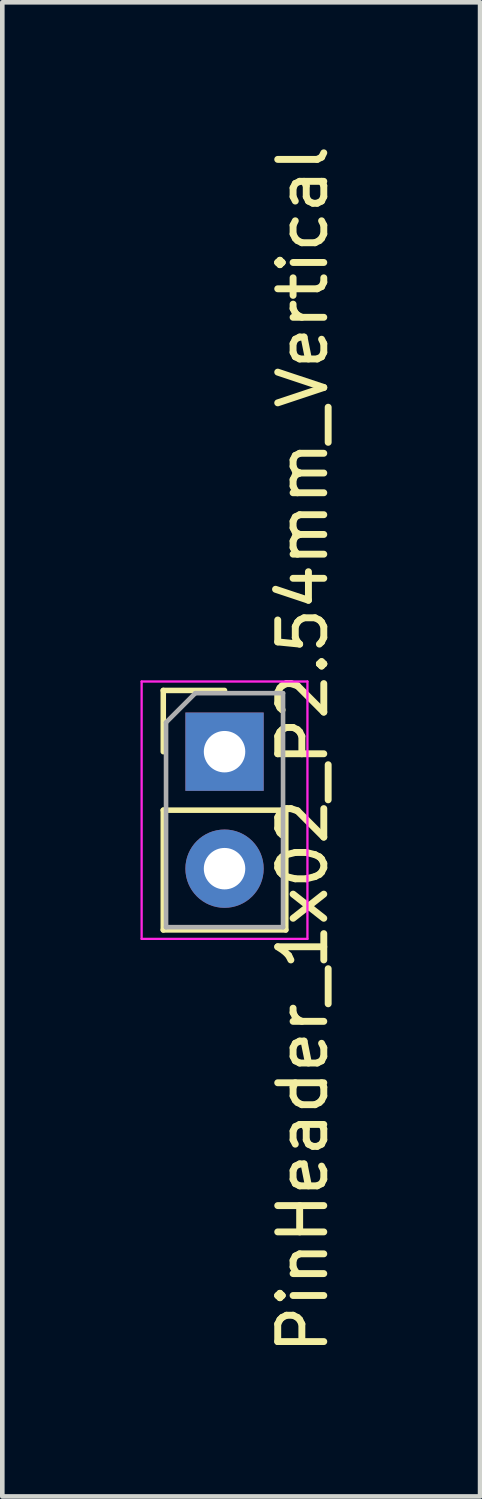
<source format=kicad_pcb>
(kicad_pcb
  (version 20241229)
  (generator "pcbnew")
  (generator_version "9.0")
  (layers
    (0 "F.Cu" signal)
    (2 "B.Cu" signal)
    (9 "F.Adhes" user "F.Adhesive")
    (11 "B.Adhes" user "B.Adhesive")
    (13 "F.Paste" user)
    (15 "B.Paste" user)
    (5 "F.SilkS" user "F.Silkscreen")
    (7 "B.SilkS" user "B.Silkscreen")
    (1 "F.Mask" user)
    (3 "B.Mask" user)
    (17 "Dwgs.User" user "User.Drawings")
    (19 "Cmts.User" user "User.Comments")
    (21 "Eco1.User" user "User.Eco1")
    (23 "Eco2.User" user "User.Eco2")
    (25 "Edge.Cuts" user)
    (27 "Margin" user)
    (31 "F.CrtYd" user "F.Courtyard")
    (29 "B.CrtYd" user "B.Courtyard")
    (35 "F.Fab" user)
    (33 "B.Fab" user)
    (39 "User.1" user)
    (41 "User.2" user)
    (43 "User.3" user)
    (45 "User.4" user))
  (footprint "PinHeader_1x02_P2.54mm_Vertical"
    (layer "F.Cu")
    (at 1.825 13.27)
    (property "Reference" "PinHeader_1x02_P2.54mm_Vertical" (at 1.7 -0.05 90) (layer "F.SilkS") (effects (font (size 1 1) (thickness 0.15))))
    (attr through_hole exclude_from_pos_files exclude_from_bom)
    (fp_line (start -1.33 -1.33) (end 0 -1.33) (stroke (width 0.12) (type solid)) (layer "F.SilkS"))
    (fp_line (start -1.33 0) (end -1.33 -1.33) (stroke (width 0.12) (type solid)) (layer "F.SilkS"))
    (fp_line (start -1.33 1.27) (end -1.33 3.87) (stroke (width 0.12) (type solid)) (layer "F.SilkS"))
    (fp_line (start -1.33 1.27) (end 1.33 1.27) (stroke (width 0.12) (type solid)) (layer "F.SilkS"))
    (fp_line (start -1.33 3.87) (end 1.33 3.87) (stroke (width 0.12) (type solid)) (layer "F.SilkS"))
    (fp_line (start 1.33 1.27) (end 1.33 3.87) (stroke (width 0.12) (type solid)) (layer "F.SilkS"))
    (fp_line (start -1.8 -1.524) (end -1.8 4.064) (stroke (width 0.05) (type solid)) (layer "F.CrtYd"))
    (fp_line (start -1.8 4.064) (end 1.8 4.064) (stroke (width 0.05) (type solid)) (layer "F.CrtYd"))
    (fp_line (start 1.8 -1.524) (end -1.8 -1.524) (stroke (width 0.05) (type solid)) (layer "F.CrtYd"))
    (fp_line (start 1.8 4.064) (end 1.8 -1.524) (stroke (width 0.05) (type solid)) (layer "F.CrtYd"))
    (fp_line (start -1.27 -0.635) (end -0.635 -1.27) (stroke (width 0.1) (type solid)) (layer "F.Fab"))
    (fp_line (start -1.27 3.81) (end -1.27 -0.635) (stroke (width 0.1) (type solid)) (layer "F.Fab"))
    (fp_line (start -0.635 -1.27) (end 1.27 -1.27) (stroke (width 0.1) (type solid)) (layer "F.Fab"))
    (fp_line (start 1.27 -1.27) (end 1.27 3.81) (stroke (width 0.1) (type solid)) (layer "F.Fab"))
    (fp_line (start 1.27 3.81) (end -1.27 3.81) (stroke (width 0.1) (type solid)) (layer "F.Fab"))
    (pad "1" thru_hole rect (at 0 0) (size 1.7 1.7) (drill 0.9) (layers "*.Cu" "*.Mask"))
    (pad "2" thru_hole oval (at 0 2.54) (size 1.7 1.7) (drill 0.9) (layers "*.Cu" "*.Mask")))
  (gr_rect
    (start -3 -3)
    (end 7.373 29.44)
    (stroke (width 0.1) (type default))
    (fill no)
    (layer "Edge.Cuts")))
</source>
